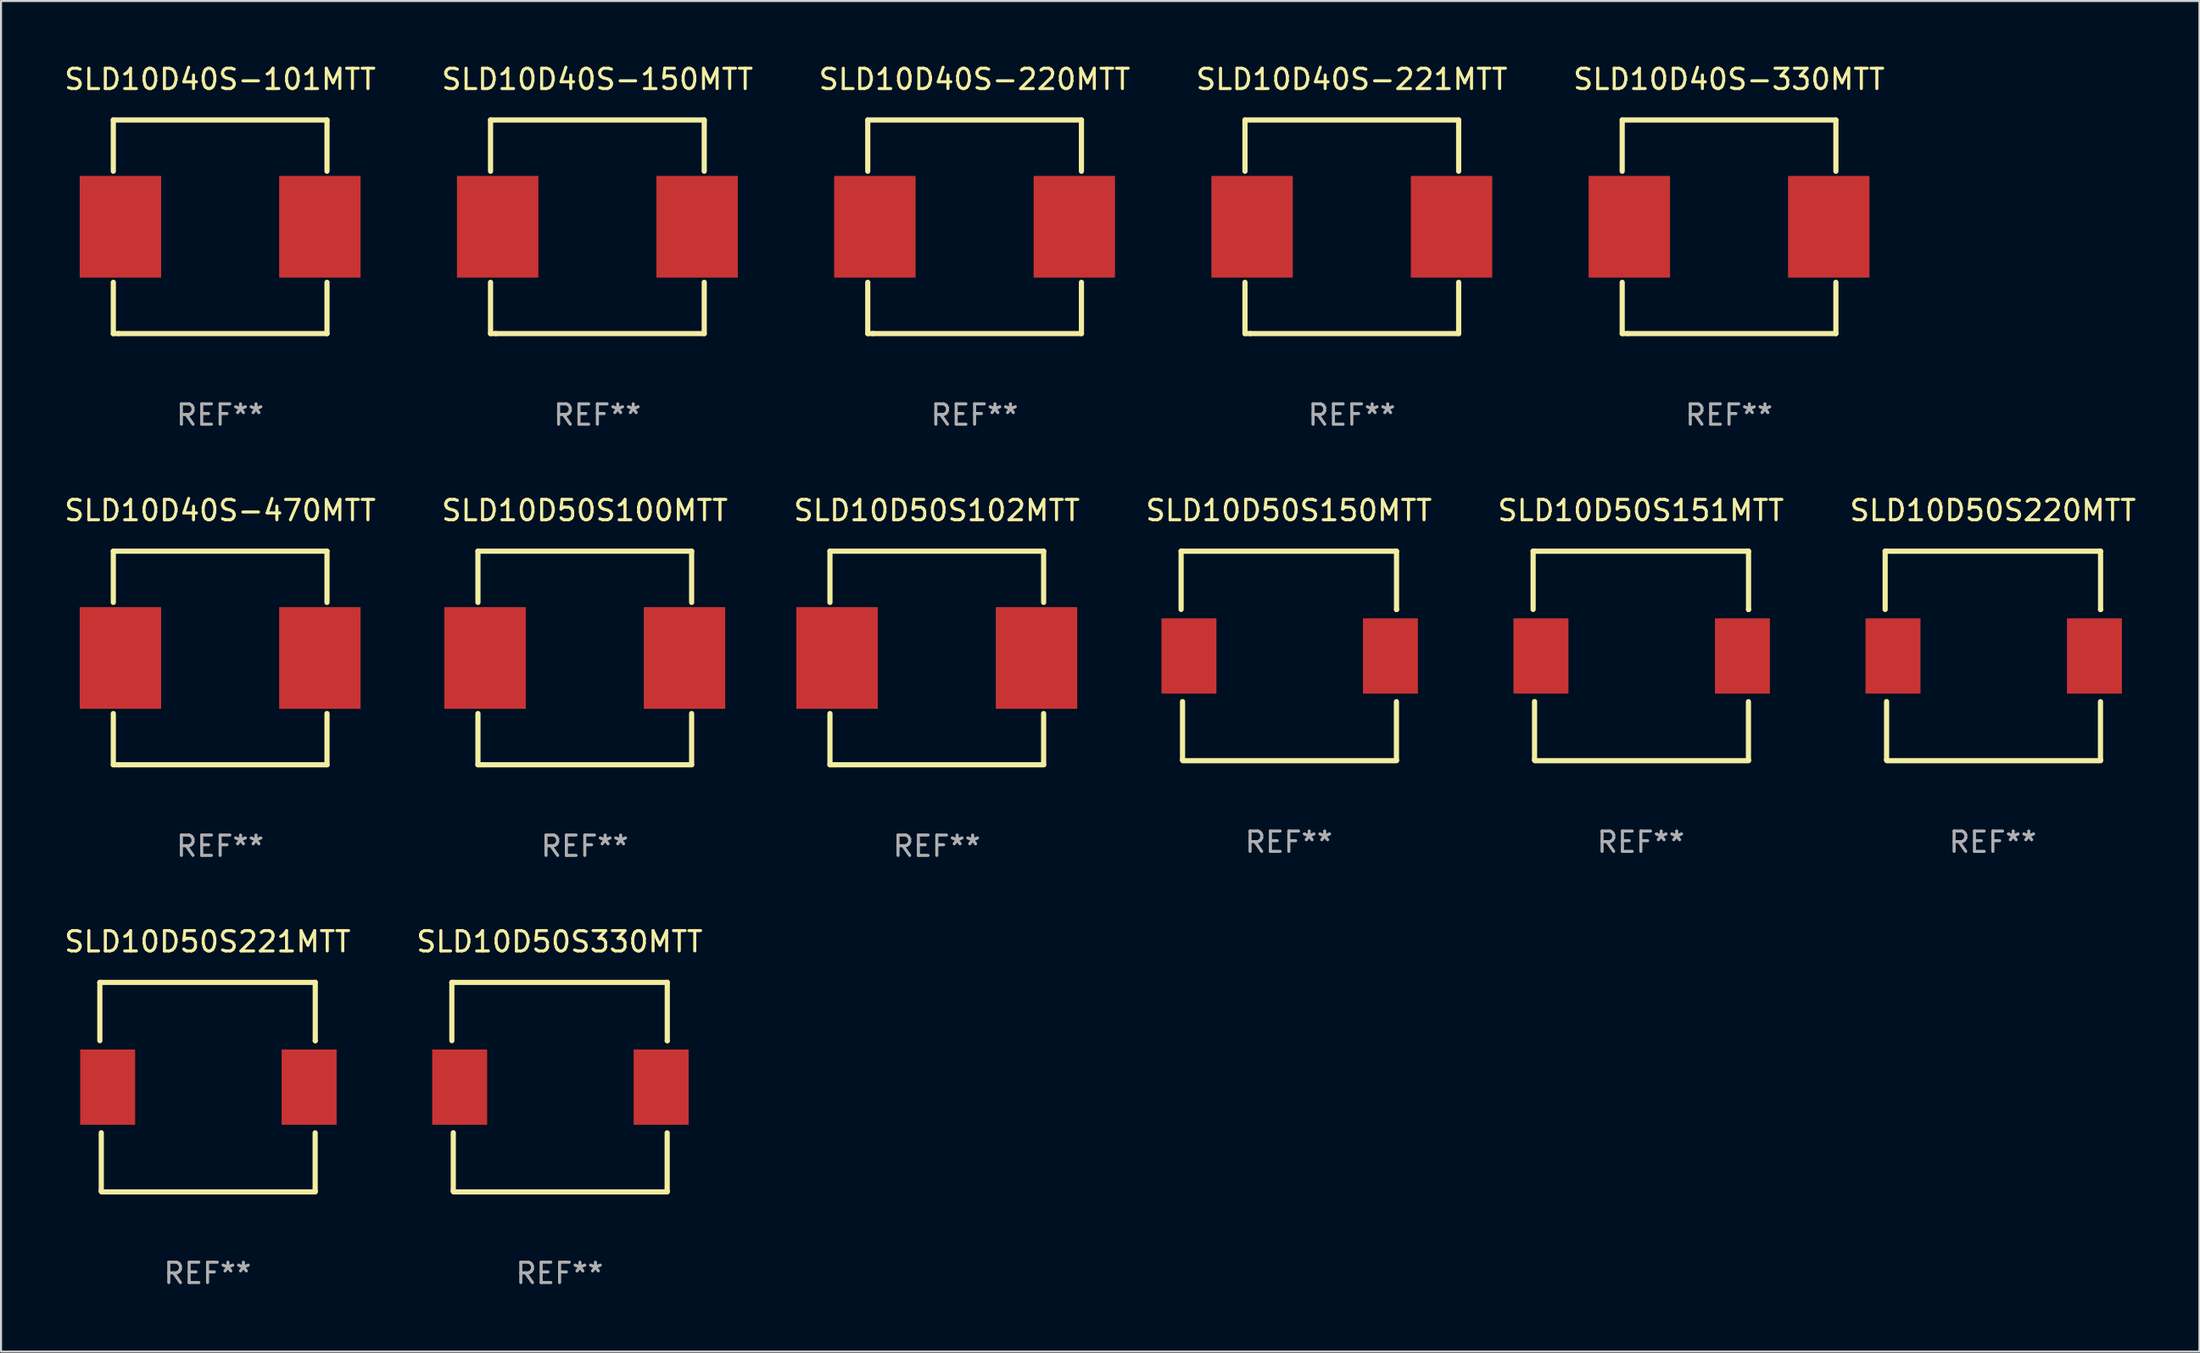
<source format=kicad_pcb>
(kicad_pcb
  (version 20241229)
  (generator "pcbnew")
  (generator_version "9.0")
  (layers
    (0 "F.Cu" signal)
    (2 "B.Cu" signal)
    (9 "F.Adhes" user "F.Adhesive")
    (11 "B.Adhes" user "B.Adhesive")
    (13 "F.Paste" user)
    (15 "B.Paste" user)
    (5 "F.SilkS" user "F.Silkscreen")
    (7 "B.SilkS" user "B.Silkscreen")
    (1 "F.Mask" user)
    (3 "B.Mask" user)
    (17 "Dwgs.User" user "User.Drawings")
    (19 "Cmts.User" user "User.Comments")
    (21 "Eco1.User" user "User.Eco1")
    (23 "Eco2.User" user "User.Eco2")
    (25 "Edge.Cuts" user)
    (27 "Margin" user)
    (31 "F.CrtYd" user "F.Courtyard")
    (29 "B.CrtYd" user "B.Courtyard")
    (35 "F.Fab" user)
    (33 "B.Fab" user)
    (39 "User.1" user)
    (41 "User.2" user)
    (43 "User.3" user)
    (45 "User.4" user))
  (footprint "SLD10D40S-470MTT"
    (layer "F.Cu")
    (at 7.768 29.295)
    (property "Reference" "SLD10D40S-470MTT" (at 0 -7.25 0) (layer "F.SilkS") (effects (font (size 1 1) (thickness 0.15))))
    (attr through_hole)
    (fp_line (start -5.25 -5.25) (end -5.25 -2.731) (stroke (width 0.254) (type solid)) (layer "F.SilkS"))
    (fp_line (start -5.25 -5.25) (end 5.25 -5.25) (stroke (width 0.254) (type solid)) (layer "F.SilkS"))
    (fp_line (start -5.25 2.731) (end -5.25 5.25) (stroke (width 0.254) (type solid)) (layer "F.SilkS"))
    (fp_line (start -4.989 5.25) (end -5.25 5.25) (stroke (width 0.254) (type solid)) (layer "F.SilkS"))
    (fp_line (start 5.25 -5.25) (end 5.25 -2.731) (stroke (width 0.254) (type solid)) (layer "F.SilkS"))
    (fp_line (start 5.25 2.731) (end 5.25 5.25) (stroke (width 0.254) (type solid)) (layer "F.SilkS"))
    (fp_line (start 5.25 5.25) (end -4.989 5.25) (stroke (width 0.254) (type solid)) (layer "F.SilkS"))
    (fp_circle (center -5.25 5.25) (end -5.22 5.25) (stroke (width 0.06) (type solid)) (fill no) (layer "F.SilkS"))
    (fp_text user "REF**" (at 0 9.25 0) (layer "F.Fab") (effects (font (size 1 1) (thickness 0.15))))
    (pad "1" smd rect (at -4.9 -0.000013) (size 4 5) (layers "F.Cu" "F.Mask" "F.Paste"))
    (pad "2" smd rect (at 4.9 -0.000013) (size 4 5) (layers "F.Cu" "F.Mask" "F.Paste")))
  (footprint "SLD10D50S102MTT"
    (layer "F.Cu")
    (at 42.982 29.295)
    (property "Reference" "SLD10D50S102MTT" (at 0 -7.25 0) (layer "F.SilkS") (effects (font (size 1 1) (thickness 0.15))))
    (attr through_hole)
    (fp_line (start -5.25 -5.25) (end -5.25 -2.731) (stroke (width 0.254) (type solid)) (layer "F.SilkS"))
    (fp_line (start -5.25 -5.25) (end 5.25 -5.25) (stroke (width 0.254) (type solid)) (layer "F.SilkS"))
    (fp_line (start -5.25 2.731) (end -5.25 5.25) (stroke (width 0.254) (type solid)) (layer "F.SilkS"))
    (fp_line (start -4.989 5.25) (end -5.25 5.25) (stroke (width 0.254) (type solid)) (layer "F.SilkS"))
    (fp_line (start 5.25 -5.25) (end 5.25 -2.731) (stroke (width 0.254) (type solid)) (layer "F.SilkS"))
    (fp_line (start 5.25 2.731) (end 5.25 5.25) (stroke (width 0.254) (type solid)) (layer "F.SilkS"))
    (fp_line (start 5.25 5.25) (end -4.989 5.25) (stroke (width 0.254) (type solid)) (layer "F.SilkS"))
    (fp_circle (center -5.25 5.25) (end -5.22 5.25) (stroke (width 0.06) (type solid)) (fill no) (layer "F.SilkS"))
    (fp_text user "REF**" (at 0 9.25 0) (layer "F.Fab") (effects (font (size 1 1) (thickness 0.15))))
    (pad "1" smd rect (at -4.9 -0.000013) (size 4 5) (layers "F.Cu" "F.Mask" "F.Paste"))
    (pad "2" smd rect (at 4.9 -0.000013) (size 4 5) (layers "F.Cu" "F.Mask" "F.Paste")))
  (footprint "SLD10D40S-221MTT"
    (layer "F.Cu")
    (at 63.375 8.098)
    (property "Reference" "SLD10D40S-221MTT" (at 0 -7.25 0) (layer "F.SilkS") (effects (font (size 1 1) (thickness 0.15))))
    (attr through_hole)
    (fp_line (start -5.25 -5.25) (end -5.25 -2.731) (stroke (width 0.254) (type solid)) (layer "F.SilkS"))
    (fp_line (start -5.25 -5.25) (end 5.25 -5.25) (stroke (width 0.254) (type solid)) (layer "F.SilkS"))
    (fp_line (start -5.25 2.731) (end -5.25 5.25) (stroke (width 0.254) (type solid)) (layer "F.SilkS"))
    (fp_line (start -4.989 5.25) (end -5.25 5.25) (stroke (width 0.254) (type solid)) (layer "F.SilkS"))
    (fp_line (start 5.25 -5.25) (end 5.25 -2.731) (stroke (width 0.254) (type solid)) (layer "F.SilkS"))
    (fp_line (start 5.25 2.731) (end 5.25 5.25) (stroke (width 0.254) (type solid)) (layer "F.SilkS"))
    (fp_line (start 5.25 5.25) (end -4.989 5.25) (stroke (width 0.254) (type solid)) (layer "F.SilkS"))
    (fp_circle (center -5.25 5.25) (end -5.22 5.25) (stroke (width 0.06) (type solid)) (fill no) (layer "F.SilkS"))
    (fp_text user "REF**" (at 0 9.25 0) (layer "F.Fab") (effects (font (size 1 1) (thickness 0.15))))
    (pad "1" smd rect (at -4.9 -0.000013) (size 4 5) (layers "F.Cu" "F.Mask" "F.Paste"))
    (pad "2" smd rect (at 4.9 -0.000013) (size 4 5) (layers "F.Cu" "F.Mask" "F.Paste")))
  (footprint "SLD10D40S-330MTT"
    (layer "F.Cu")
    (at 81.911 8.098)
    (property "Reference" "SLD10D40S-330MTT" (at 0 -7.25 0) (layer "F.SilkS") (effects (font (size 1 1) (thickness 0.15))))
    (attr through_hole)
    (fp_line (start -5.25 -5.25) (end -5.25 -2.731) (stroke (width 0.254) (type solid)) (layer "F.SilkS"))
    (fp_line (start -5.25 -5.25) (end 5.25 -5.25) (stroke (width 0.254) (type solid)) (layer "F.SilkS"))
    (fp_line (start -5.25 2.731) (end -5.25 5.25) (stroke (width 0.254) (type solid)) (layer "F.SilkS"))
    (fp_line (start -4.989 5.25) (end -5.25 5.25) (stroke (width 0.254) (type solid)) (layer "F.SilkS"))
    (fp_line (start 5.25 -5.25) (end 5.25 -2.731) (stroke (width 0.254) (type solid)) (layer "F.SilkS"))
    (fp_line (start 5.25 2.731) (end 5.25 5.25) (stroke (width 0.254) (type solid)) (layer "F.SilkS"))
    (fp_line (start 5.25 5.25) (end -4.989 5.25) (stroke (width 0.254) (type solid)) (layer "F.SilkS"))
    (fp_circle (center -5.25 5.25) (end -5.22 5.25) (stroke (width 0.06) (type solid)) (fill no) (layer "F.SilkS"))
    (fp_text user "REF**" (at 0 9.25 0) (layer "F.Fab") (effects (font (size 1 1) (thickness 0.15))))
    (pad "1" smd rect (at -4.9 -0.000013) (size 4 5) (layers "F.Cu" "F.Mask" "F.Paste"))
    (pad "2" smd rect (at 4.9 -0.000013) (size 4 5) (layers "F.Cu" "F.Mask" "F.Paste")))
  (footprint "SLD10D50S150MTT"
    (layer "F.Cu")
    (at 60.28 29.195)
    (property "Reference" "SLD10D50S150MTT" (at 0 -7.151 0) (layer "F.SilkS") (effects (font (size 1 1) (thickness 0.15))))
    (attr through_hole)
    (fp_line (start -5.293 -5.149) (end -5.293 -2.285) (stroke (width 0.254) (type solid)) (layer "F.SilkS"))
    (fp_line (start -5.223 2.242) (end -5.223 5.108) (stroke (width 0.254) (type solid)) (layer "F.SilkS"))
    (fp_line (start -5.223 5.108) (end -5.222 5.112) (stroke (width 0.254) (type solid)) (layer "F.SilkS"))
    (fp_line (start -5.208 -5.149) (end -5.293 -5.149) (stroke (width 0.254) (type solid)) (layer "F.SilkS"))
    (fp_line (start -5.208 -5.149) (end 5.291 -5.149) (stroke (width 0.254) (type solid)) (layer "F.SilkS"))
    (fp_line (start -5.208 5.151) (end 5.291 5.151) (stroke (width 0.254) (type solid)) (layer "F.SilkS"))
    (fp_line (start 5.287 2.248) (end 5.287 5.114) (stroke (width 0.254) (type solid)) (layer "F.SilkS"))
    (fp_line (start 5.287 5.114) (end 5.287 5.118) (stroke (width 0.254) (type solid)) (layer "F.SilkS"))
    (fp_line (start 5.292 -5.151) (end 5.292 -2.285) (stroke (width 0.254) (type solid)) (layer "F.SilkS"))
    (fp_line (start 5.292 -2.285) (end 5.293 -2.281) (stroke (width 0.254) (type solid)) (layer "F.SilkS"))
    (fp_circle (center -5.208 5.151) (end -5.178 5.151) (stroke (width 0.06) (type solid)) (fill no) (layer "F.SilkS"))
    (fp_text user "REF**" (at 0 9.151 0) (layer "F.Fab") (effects (font (size 1 1) (thickness 0.15))))
    (pad "1" smd rect (at -4.908 0.001) (size 2.7 3.7) (layers "F.Cu" "F.Mask" "F.Paste"))
    (pad "2" smd rect (at 4.991 0.001) (size 2.7 3.7) (layers "F.Cu" "F.Mask" "F.Paste")))
  (footprint "SLD10D50S330MTT"
    (layer "F.Cu")
    (at 24.446 50.392)
    (property "Reference" "SLD10D50S330MTT" (at 0 -7.151 0) (layer "F.SilkS") (effects (font (size 1 1) (thickness 0.15))))
    (attr through_hole)
    (fp_line (start -5.293 -5.149) (end -5.293 -2.285) (stroke (width 0.254) (type solid)) (layer "F.SilkS"))
    (fp_line (start -5.223 2.242) (end -5.223 5.108) (stroke (width 0.254) (type solid)) (layer "F.SilkS"))
    (fp_line (start -5.223 5.108) (end -5.222 5.112) (stroke (width 0.254) (type solid)) (layer "F.SilkS"))
    (fp_line (start -5.208 -5.149) (end -5.293 -5.149) (stroke (width 0.254) (type solid)) (layer "F.SilkS"))
    (fp_line (start -5.208 -5.149) (end 5.291 -5.149) (stroke (width 0.254) (type solid)) (layer "F.SilkS"))
    (fp_line (start -5.208 5.151) (end 5.291 5.151) (stroke (width 0.254) (type solid)) (layer "F.SilkS"))
    (fp_line (start 5.287 2.248) (end 5.287 5.114) (stroke (width 0.254) (type solid)) (layer "F.SilkS"))
    (fp_line (start 5.287 5.114) (end 5.287 5.118) (stroke (width 0.254) (type solid)) (layer "F.SilkS"))
    (fp_line (start 5.292 -5.151) (end 5.292 -2.285) (stroke (width 0.254) (type solid)) (layer "F.SilkS"))
    (fp_line (start 5.292 -2.285) (end 5.293 -2.281) (stroke (width 0.254) (type solid)) (layer "F.SilkS"))
    (fp_circle (center -5.208 5.151) (end -5.178 5.151) (stroke (width 0.06) (type solid)) (fill no) (layer "F.SilkS"))
    (fp_text user "REF**" (at 0 9.151 0) (layer "F.Fab") (effects (font (size 1 1) (thickness 0.15))))
    (pad "1" smd rect (at -4.908 0.001) (size 2.7 3.7) (layers "F.Cu" "F.Mask" "F.Paste"))
    (pad "2" smd rect (at 4.991 0.001) (size 2.7 3.7) (layers "F.Cu" "F.Mask" "F.Paste")))
  (footprint "SLD10D50S221MTT"
    (layer "F.Cu")
    (at 7.149 50.392)
    (property "Reference" "SLD10D50S221MTT" (at 0 -7.151 0) (layer "F.SilkS") (effects (font (size 1 1) (thickness 0.15))))
    (attr through_hole)
    (fp_line (start -5.293 -5.149) (end -5.293 -2.285) (stroke (width 0.254) (type solid)) (layer "F.SilkS"))
    (fp_line (start -5.223 2.242) (end -5.223 5.108) (stroke (width 0.254) (type solid)) (layer "F.SilkS"))
    (fp_line (start -5.223 5.108) (end -5.222 5.112) (stroke (width 0.254) (type solid)) (layer "F.SilkS"))
    (fp_line (start -5.208 -5.149) (end -5.293 -5.149) (stroke (width 0.254) (type solid)) (layer "F.SilkS"))
    (fp_line (start -5.208 -5.149) (end 5.291 -5.149) (stroke (width 0.254) (type solid)) (layer "F.SilkS"))
    (fp_line (start -5.208 5.151) (end 5.291 5.151) (stroke (width 0.254) (type solid)) (layer "F.SilkS"))
    (fp_line (start 5.287 2.248) (end 5.287 5.114) (stroke (width 0.254) (type solid)) (layer "F.SilkS"))
    (fp_line (start 5.287 5.114) (end 5.287 5.118) (stroke (width 0.254) (type solid)) (layer "F.SilkS"))
    (fp_line (start 5.292 -5.151) (end 5.292 -2.285) (stroke (width 0.254) (type solid)) (layer "F.SilkS"))
    (fp_line (start 5.292 -2.285) (end 5.293 -2.281) (stroke (width 0.254) (type solid)) (layer "F.SilkS"))
    (fp_circle (center -5.208 5.151) (end -5.178 5.151) (stroke (width 0.06) (type solid)) (fill no) (layer "F.SilkS"))
    (fp_text user "REF**" (at 0 9.151 0) (layer "F.Fab") (effects (font (size 1 1) (thickness 0.15))))
    (pad "1" smd rect (at -4.908 0.001) (size 2.7 3.7) (layers "F.Cu" "F.Mask" "F.Paste"))
    (pad "2" smd rect (at 4.991 0.001) (size 2.7 3.7) (layers "F.Cu" "F.Mask" "F.Paste")))
  (footprint "SLD10D40S-150MTT"
    (layer "F.Cu")
    (at 26.304 8.098)
    (property "Reference" "SLD10D40S-150MTT" (at 0 -7.25 0) (layer "F.SilkS") (effects (font (size 1 1) (thickness 0.15))))
    (attr through_hole)
    (fp_line (start -5.25 -5.25) (end -5.25 -2.731) (stroke (width 0.254) (type solid)) (layer "F.SilkS"))
    (fp_line (start -5.25 -5.25) (end 5.25 -5.25) (stroke (width 0.254) (type solid)) (layer "F.SilkS"))
    (fp_line (start -5.25 2.731) (end -5.25 5.25) (stroke (width 0.254) (type solid)) (layer "F.SilkS"))
    (fp_line (start -4.989 5.25) (end -5.25 5.25) (stroke (width 0.254) (type solid)) (layer "F.SilkS"))
    (fp_line (start 5.25 -5.25) (end 5.25 -2.731) (stroke (width 0.254) (type solid)) (layer "F.SilkS"))
    (fp_line (start 5.25 2.731) (end 5.25 5.25) (stroke (width 0.254) (type solid)) (layer "F.SilkS"))
    (fp_line (start 5.25 5.25) (end -4.989 5.25) (stroke (width 0.254) (type solid)) (layer "F.SilkS"))
    (fp_circle (center -5.25 5.25) (end -5.22 5.25) (stroke (width 0.06) (type solid)) (fill no) (layer "F.SilkS"))
    (fp_text user "REF**" (at 0 9.25 0) (layer "F.Fab") (effects (font (size 1 1) (thickness 0.15))))
    (pad "1" smd rect (at -4.9 -0.000013) (size 4 5) (layers "F.Cu" "F.Mask" "F.Paste"))
    (pad "2" smd rect (at 4.9 -0.000013) (size 4 5) (layers "F.Cu" "F.Mask" "F.Paste")))
  (footprint "SLD10D50S151MTT"
    (layer "F.Cu")
    (at 77.577 29.195)
    (property "Reference" "SLD10D50S151MTT" (at 0 -7.151 0) (layer "F.SilkS") (effects (font (size 1 1) (thickness 0.15))))
    (attr through_hole)
    (fp_line (start -5.293 -5.149) (end -5.293 -2.285) (stroke (width 0.254) (type solid)) (layer "F.SilkS"))
    (fp_line (start -5.223 2.242) (end -5.223 5.108) (stroke (width 0.254) (type solid)) (layer "F.SilkS"))
    (fp_line (start -5.223 5.108) (end -5.222 5.112) (stroke (width 0.254) (type solid)) (layer "F.SilkS"))
    (fp_line (start -5.208 -5.149) (end -5.293 -5.149) (stroke (width 0.254) (type solid)) (layer "F.SilkS"))
    (fp_line (start -5.208 -5.149) (end 5.291 -5.149) (stroke (width 0.254) (type solid)) (layer "F.SilkS"))
    (fp_line (start -5.208 5.151) (end 5.291 5.151) (stroke (width 0.254) (type solid)) (layer "F.SilkS"))
    (fp_line (start 5.287 2.248) (end 5.287 5.114) (stroke (width 0.254) (type solid)) (layer "F.SilkS"))
    (fp_line (start 5.287 5.114) (end 5.287 5.118) (stroke (width 0.254) (type solid)) (layer "F.SilkS"))
    (fp_line (start 5.292 -5.151) (end 5.292 -2.285) (stroke (width 0.254) (type solid)) (layer "F.SilkS"))
    (fp_line (start 5.292 -2.285) (end 5.293 -2.281) (stroke (width 0.254) (type solid)) (layer "F.SilkS"))
    (fp_circle (center -5.208 5.151) (end -5.178 5.151) (stroke (width 0.06) (type solid)) (fill no) (layer "F.SilkS"))
    (fp_text user "REF**" (at 0 9.151 0) (layer "F.Fab") (effects (font (size 1 1) (thickness 0.15))))
    (pad "1" smd rect (at -4.908 0.001) (size 2.7 3.7) (layers "F.Cu" "F.Mask" "F.Paste"))
    (pad "2" smd rect (at 4.991 0.001) (size 2.7 3.7) (layers "F.Cu" "F.Mask" "F.Paste")))
  (footprint "SLD10D50S220MTT"
    (layer "F.Cu")
    (at 94.875 29.195)
    (property "Reference" "SLD10D50S220MTT" (at 0 -7.151 0) (layer "F.SilkS") (effects (font (size 1 1) (thickness 0.15))))
    (attr through_hole)
    (fp_line (start -5.293 -5.149) (end -5.293 -2.285) (stroke (width 0.254) (type solid)) (layer "F.SilkS"))
    (fp_line (start -5.223 2.242) (end -5.223 5.108) (stroke (width 0.254) (type solid)) (layer "F.SilkS"))
    (fp_line (start -5.223 5.108) (end -5.222 5.112) (stroke (width 0.254) (type solid)) (layer "F.SilkS"))
    (fp_line (start -5.208 -5.149) (end -5.293 -5.149) (stroke (width 0.254) (type solid)) (layer "F.SilkS"))
    (fp_line (start -5.208 -5.149) (end 5.291 -5.149) (stroke (width 0.254) (type solid)) (layer "F.SilkS"))
    (fp_line (start -5.208 5.151) (end 5.291 5.151) (stroke (width 0.254) (type solid)) (layer "F.SilkS"))
    (fp_line (start 5.287 2.248) (end 5.287 5.114) (stroke (width 0.254) (type solid)) (layer "F.SilkS"))
    (fp_line (start 5.287 5.114) (end 5.287 5.118) (stroke (width 0.254) (type solid)) (layer "F.SilkS"))
    (fp_line (start 5.292 -5.151) (end 5.292 -2.285) (stroke (width 0.254) (type solid)) (layer "F.SilkS"))
    (fp_line (start 5.292 -2.285) (end 5.293 -2.281) (stroke (width 0.254) (type solid)) (layer "F.SilkS"))
    (fp_circle (center -5.208 5.151) (end -5.178 5.151) (stroke (width 0.06) (type solid)) (fill no) (layer "F.SilkS"))
    (fp_text user "REF**" (at 0 9.151 0) (layer "F.Fab") (effects (font (size 1 1) (thickness 0.15))))
    (pad "1" smd rect (at -4.908 0.001) (size 2.7 3.7) (layers "F.Cu" "F.Mask" "F.Paste"))
    (pad "2" smd rect (at 4.991 0.001) (size 2.7 3.7) (layers "F.Cu" "F.Mask" "F.Paste")))
  (footprint "SLD10D40S-101MTT"
    (layer "F.Cu")
    (at 7.768 8.098)
    (property "Reference" "SLD10D40S-101MTT" (at 0 -7.25 0) (layer "F.SilkS") (effects (font (size 1 1) (thickness 0.15))))
    (attr through_hole)
    (fp_line (start -5.25 -5.25) (end -5.25 -2.731) (stroke (width 0.254) (type solid)) (layer "F.SilkS"))
    (fp_line (start -5.25 -5.25) (end 5.25 -5.25) (stroke (width 0.254) (type solid)) (layer "F.SilkS"))
    (fp_line (start -5.25 2.731) (end -5.25 5.25) (stroke (width 0.254) (type solid)) (layer "F.SilkS"))
    (fp_line (start -4.989 5.25) (end -5.25 5.25) (stroke (width 0.254) (type solid)) (layer "F.SilkS"))
    (fp_line (start 5.25 -5.25) (end 5.25 -2.731) (stroke (width 0.254) (type solid)) (layer "F.SilkS"))
    (fp_line (start 5.25 2.731) (end 5.25 5.25) (stroke (width 0.254) (type solid)) (layer "F.SilkS"))
    (fp_line (start 5.25 5.25) (end -4.989 5.25) (stroke (width 0.254) (type solid)) (layer "F.SilkS"))
    (fp_circle (center -5.25 5.25) (end -5.22 5.25) (stroke (width 0.06) (type solid)) (fill no) (layer "F.SilkS"))
    (fp_text user "REF**" (at 0 9.25 0) (layer "F.Fab") (effects (font (size 1 1) (thickness 0.15))))
    (pad "1" smd rect (at -4.9 -0.000013) (size 4 5) (layers "F.Cu" "F.Mask" "F.Paste"))
    (pad "2" smd rect (at 4.9 -0.000013) (size 4 5) (layers "F.Cu" "F.Mask" "F.Paste")))
  (footprint "SLD10D50S100MTT"
    (layer "F.Cu")
    (at 25.685 29.295)
    (property "Reference" "SLD10D50S100MTT" (at 0 -7.25 0) (layer "F.SilkS") (effects (font (size 1 1) (thickness 0.15))))
    (attr through_hole)
    (fp_line (start -5.25 -5.25) (end -5.25 -2.731) (stroke (width 0.254) (type solid)) (layer "F.SilkS"))
    (fp_line (start -5.25 -5.25) (end 5.25 -5.25) (stroke (width 0.254) (type solid)) (layer "F.SilkS"))
    (fp_line (start -5.25 2.731) (end -5.25 5.25) (stroke (width 0.254) (type solid)) (layer "F.SilkS"))
    (fp_line (start -4.989 5.25) (end -5.25 5.25) (stroke (width 0.254) (type solid)) (layer "F.SilkS"))
    (fp_line (start 5.25 -5.25) (end 5.25 -2.731) (stroke (width 0.254) (type solid)) (layer "F.SilkS"))
    (fp_line (start 5.25 2.731) (end 5.25 5.25) (stroke (width 0.254) (type solid)) (layer "F.SilkS"))
    (fp_line (start 5.25 5.25) (end -4.989 5.25) (stroke (width 0.254) (type solid)) (layer "F.SilkS"))
    (fp_circle (center -5.25 5.25) (end -5.22 5.25) (stroke (width 0.06) (type solid)) (fill no) (layer "F.SilkS"))
    (fp_text user "REF**" (at 0 9.25 0) (layer "F.Fab") (effects (font (size 1 1) (thickness 0.15))))
    (pad "1" smd rect (at -4.9 -0.000013) (size 4 5) (layers "F.Cu" "F.Mask" "F.Paste"))
    (pad "2" smd rect (at 4.9 -0.000013) (size 4 5) (layers "F.Cu" "F.Mask" "F.Paste")))
  (footprint "SLD10D40S-220MTT"
    (layer "F.Cu")
    (at 44.839 8.098)
    (property "Reference" "SLD10D40S-220MTT" (at 0 -7.25 0) (layer "F.SilkS") (effects (font (size 1 1) (thickness 0.15))))
    (attr through_hole)
    (fp_line (start -5.25 -5.25) (end -5.25 -2.731) (stroke (width 0.254) (type solid)) (layer "F.SilkS"))
    (fp_line (start -5.25 -5.25) (end 5.25 -5.25) (stroke (width 0.254) (type solid)) (layer "F.SilkS"))
    (fp_line (start -5.25 2.731) (end -5.25 5.25) (stroke (width 0.254) (type solid)) (layer "F.SilkS"))
    (fp_line (start -4.989 5.25) (end -5.25 5.25) (stroke (width 0.254) (type solid)) (layer "F.SilkS"))
    (fp_line (start 5.25 -5.25) (end 5.25 -2.731) (stroke (width 0.254) (type solid)) (layer "F.SilkS"))
    (fp_line (start 5.25 2.731) (end 5.25 5.25) (stroke (width 0.254) (type solid)) (layer "F.SilkS"))
    (fp_line (start 5.25 5.25) (end -4.989 5.25) (stroke (width 0.254) (type solid)) (layer "F.SilkS"))
    (fp_circle (center -5.25 5.25) (end -5.22 5.25) (stroke (width 0.06) (type solid)) (fill no) (layer "F.SilkS"))
    (fp_text user "REF**" (at 0 9.25 0) (layer "F.Fab") (effects (font (size 1 1) (thickness 0.15))))
    (pad "1" smd rect (at -4.9 -0.000013) (size 4 5) (layers "F.Cu" "F.Mask" "F.Paste"))
    (pad "2" smd rect (at 4.9 -0.000013) (size 4 5) (layers "F.Cu" "F.Mask" "F.Paste")))
  (gr_rect
    (start -3 -3)
    (end 105.024 63.391)
    (stroke (width 0.1) (type default))
    (fill no)
    (layer "Edge.Cuts")))
</source>
